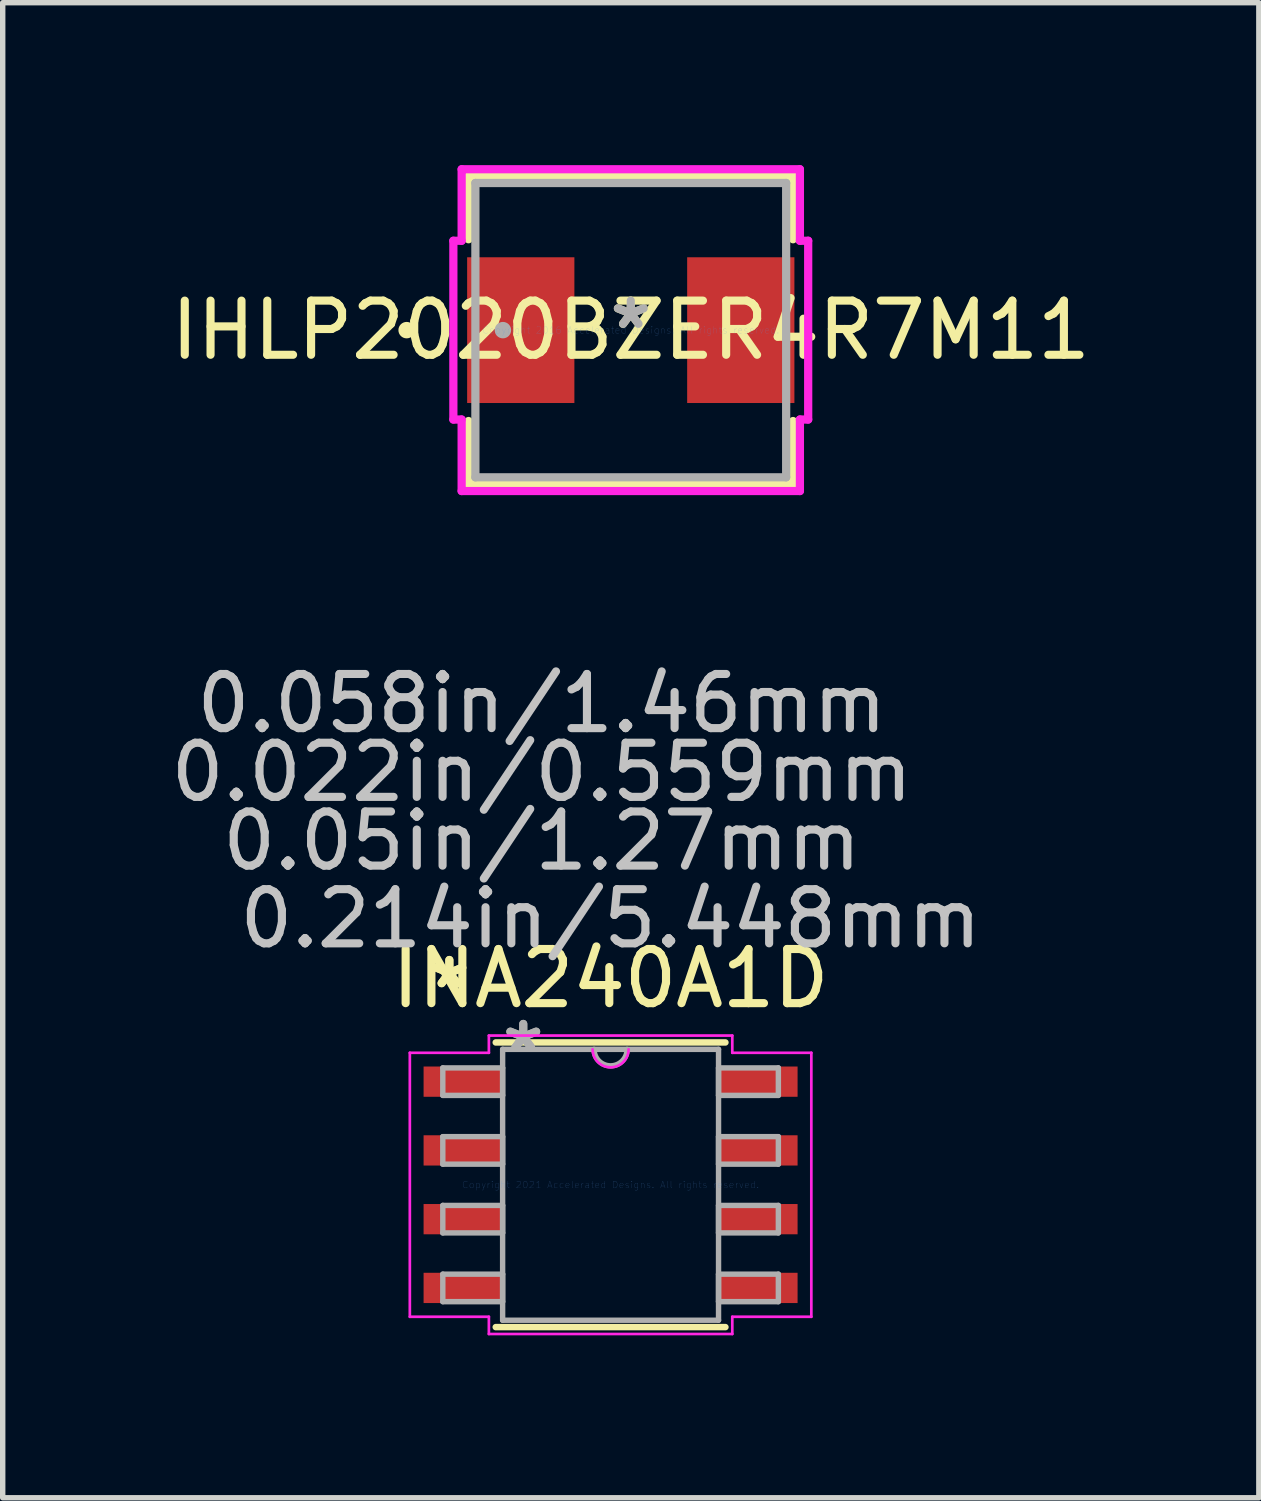
<source format=kicad_pcb>
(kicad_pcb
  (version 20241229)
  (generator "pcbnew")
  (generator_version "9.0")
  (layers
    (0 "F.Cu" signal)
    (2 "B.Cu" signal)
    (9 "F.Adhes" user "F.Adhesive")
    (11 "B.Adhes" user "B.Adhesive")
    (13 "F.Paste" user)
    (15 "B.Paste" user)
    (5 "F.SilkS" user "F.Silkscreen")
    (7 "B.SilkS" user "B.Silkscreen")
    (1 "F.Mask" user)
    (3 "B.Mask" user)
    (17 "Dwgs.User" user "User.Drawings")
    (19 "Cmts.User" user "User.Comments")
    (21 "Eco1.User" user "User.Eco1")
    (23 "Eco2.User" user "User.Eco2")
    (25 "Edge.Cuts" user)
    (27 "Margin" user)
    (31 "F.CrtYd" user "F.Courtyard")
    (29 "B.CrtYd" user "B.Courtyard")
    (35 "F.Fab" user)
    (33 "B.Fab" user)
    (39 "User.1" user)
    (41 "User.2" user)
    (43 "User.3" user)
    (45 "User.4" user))
  (footprint "IHLP2020BZER4R7M11"
    (layer "F.Cu")
    (at 8.601 3.048)
    (property "Reference" "IHLP2020BZER4R7M11" (at 0 0 0) (layer "F.SilkS") (effects (font (size 1 1) (thickness 0.15))))
    (attr through_hole)
    (fp_line (start -2.997 -2.845) (end -2.997 -1.679) (stroke (width 0.152) (type solid)) (layer "F.SilkS"))
    (fp_line (start -2.997 1.679) (end -2.997 2.845) (stroke (width 0.152) (type solid)) (layer "F.SilkS"))
    (fp_line (start -2.997 2.845) (end 2.997 2.845) (stroke (width 0.152) (type solid)) (layer "F.SilkS"))
    (fp_line (start 2.997 -2.845) (end -2.997 -2.845) (stroke (width 0.152) (type solid)) (layer "F.SilkS"))
    (fp_line (start 2.997 -1.679) (end 2.997 -2.845) (stroke (width 0.152) (type solid)) (layer "F.SilkS"))
    (fp_line (start 2.997 2.845) (end 2.997 1.679) (stroke (width 0.152) (type solid)) (layer "F.SilkS"))
    (fp_circle (center -4.14 0) (end -4.064 0) (stroke (width 0.152) (type solid)) (fill no) (layer "F.SilkS"))
    (fp_line (start -3.277 -1.651) (end -3.124 -1.651) (stroke (width 0.152) (type solid)) (layer "F.CrtYd"))
    (fp_line (start -3.277 1.651) (end -3.277 -1.651) (stroke (width 0.152) (type solid)) (layer "F.CrtYd"))
    (fp_line (start -3.124 -2.972) (end 3.124 -2.972) (stroke (width 0.152) (type solid)) (layer "F.CrtYd"))
    (fp_line (start -3.124 -1.651) (end -3.124 -2.972) (stroke (width 0.152) (type solid)) (layer "F.CrtYd"))
    (fp_line (start -3.124 1.651) (end -3.277 1.651) (stroke (width 0.152) (type solid)) (layer "F.CrtYd"))
    (fp_line (start -3.124 2.972) (end -3.124 1.651) (stroke (width 0.152) (type solid)) (layer "F.CrtYd"))
    (fp_line (start 3.124 -2.972) (end 3.124 -1.651) (stroke (width 0.152) (type solid)) (layer "F.CrtYd"))
    (fp_line (start 3.124 -1.651) (end 3.277 -1.651) (stroke (width 0.152) (type solid)) (layer "F.CrtYd"))
    (fp_line (start 3.124 1.651) (end 3.124 2.972) (stroke (width 0.152) (type solid)) (layer "F.CrtYd"))
    (fp_line (start 3.124 2.972) (end -3.124 2.972) (stroke (width 0.152) (type solid)) (layer "F.CrtYd"))
    (fp_line (start 3.277 -1.651) (end 3.277 1.651) (stroke (width 0.152) (type solid)) (layer "F.CrtYd"))
    (fp_line (start 3.277 1.651) (end 3.124 1.651) (stroke (width 0.152) (type solid)) (layer "F.CrtYd"))
    (fp_line (start -2.87 -2.718) (end -2.87 2.718) (stroke (width 0.152) (type solid)) (layer "F.Fab"))
    (fp_line (start -2.87 2.718) (end 2.87 2.718) (stroke (width 0.152) (type solid)) (layer "F.Fab"))
    (fp_line (start 2.87 -2.718) (end -2.87 -2.718) (stroke (width 0.152) (type solid)) (layer "F.Fab"))
    (fp_line (start 2.87 2.718) (end 2.87 -2.718) (stroke (width 0.152) (type solid)) (layer "F.Fab"))
    (fp_circle (center -2.362 0) (end -2.286 0) (stroke (width 0.152) (type solid)) (fill no) (layer "F.Fab"))
    (fp_text user "*" (at 0 0 0) (layer "F.SilkS") (effects (font (size 1 1) (thickness 0.15))))
    (fp_text user "Copyright 2016 Accelerated Designs. All rights reserved." (at 0 0 0) (layer "Cmts.User") (effects (font (size 0.127 0.127) (thickness 0.002))))
    (fp_text user "*" (at 0 0 0) (layer "F.Fab") (effects (font (size 1 1) (thickness 0.15))))
    (pad "1" smd rect (at -2.032 0 90) (size 2.692 1.981) (layers "F.Cu" "F.Mask" "F.Paste"))
    (pad "2" smd rect (at 2.032 0 90) (size 2.692 1.981) (layers "F.Cu" "F.Mask" "F.Paste")))
  (footprint "INA240A1D"
    (layer "F.Cu")
    (at 8.228 18.834)
    (property "Reference" "INA240A1D" (at 0 -3.81 0) (layer "F.SilkS") (effects (font (size 1 1) (thickness 0.15))))
    (attr through_hole)
    (fp_line (start -2.121 2.629) (end 2.121 2.629) (stroke (width 0.12) (type solid)) (layer "F.SilkS"))
    (fp_line (start 2.121 -2.629) (end -2.121 -2.629) (stroke (width 0.12) (type solid)) (layer "F.SilkS"))
    (fp_line (start -3.708 -2.438) (end -2.248 -2.438) (stroke (width 0.05) (type solid)) (layer "F.CrtYd"))
    (fp_line (start -3.708 2.438) (end -3.708 -2.438) (stroke (width 0.05) (type solid)) (layer "F.CrtYd"))
    (fp_line (start -2.248 -2.756) (end 2.248 -2.756) (stroke (width 0.05) (type solid)) (layer "F.CrtYd"))
    (fp_line (start -2.248 -2.438) (end -2.248 -2.756) (stroke (width 0.05) (type solid)) (layer "F.CrtYd"))
    (fp_line (start -2.248 2.438) (end -3.708 2.438) (stroke (width 0.05) (type solid)) (layer "F.CrtYd"))
    (fp_line (start -2.248 2.756) (end -2.248 2.438) (stroke (width 0.05) (type solid)) (layer "F.CrtYd"))
    (fp_line (start 2.248 -2.756) (end 2.248 -2.438) (stroke (width 0.05) (type solid)) (layer "F.CrtYd"))
    (fp_line (start 2.248 -2.438) (end 3.708 -2.438) (stroke (width 0.05) (type solid)) (layer "F.CrtYd"))
    (fp_line (start 2.248 2.438) (end 2.248 2.756) (stroke (width 0.05) (type solid)) (layer "F.CrtYd"))
    (fp_line (start 2.248 2.756) (end -2.248 2.756) (stroke (width 0.05) (type solid)) (layer "F.CrtYd"))
    (fp_line (start 3.708 -2.438) (end 3.708 2.438) (stroke (width 0.05) (type solid)) (layer "F.CrtYd"))
    (fp_line (start 3.708 2.438) (end 2.248 2.438) (stroke (width 0.05) (type solid)) (layer "F.CrtYd"))
    (fp_arc (start 0.332317 -2.5019) (mid 0 -2.169583) (end -0.332317 -2.5019) (stroke (width 0.05) (type solid)) (layer "F.CrtYd"))
    (fp_line (start -3.099 -2.159) (end -3.099 -1.651) (stroke (width 0.1) (type solid)) (layer "F.Fab"))
    (fp_line (start -3.099 -1.651) (end -1.994 -1.651) (stroke (width 0.1) (type solid)) (layer "F.Fab"))
    (fp_line (start -3.099 -0.889) (end -3.099 -0.381) (stroke (width 0.1) (type solid)) (layer "F.Fab"))
    (fp_line (start -3.099 -0.381) (end -1.994 -0.381) (stroke (width 0.1) (type solid)) (layer "F.Fab"))
    (fp_line (start -3.099 0.381) (end -3.099 0.889) (stroke (width 0.1) (type solid)) (layer "F.Fab"))
    (fp_line (start -3.099 0.889) (end -1.994 0.889) (stroke (width 0.1) (type solid)) (layer "F.Fab"))
    (fp_line (start -3.099 1.651) (end -3.099 2.159) (stroke (width 0.1) (type solid)) (layer "F.Fab"))
    (fp_line (start -3.099 2.159) (end -1.994 2.159) (stroke (width 0.1) (type solid)) (layer "F.Fab"))
    (fp_line (start -1.994 -2.502) (end -1.994 2.502) (stroke (width 0.1) (type solid)) (layer "F.Fab"))
    (fp_line (start -1.994 -2.159) (end -3.099 -2.159) (stroke (width 0.1) (type solid)) (layer "F.Fab"))
    (fp_line (start -1.994 -1.651) (end -1.994 -2.159) (stroke (width 0.1) (type solid)) (layer "F.Fab"))
    (fp_line (start -1.994 -0.889) (end -3.099 -0.889) (stroke (width 0.1) (type solid)) (layer "F.Fab"))
    (fp_line (start -1.994 -0.381) (end -1.994 -0.889) (stroke (width 0.1) (type solid)) (layer "F.Fab"))
    (fp_line (start -1.994 0.381) (end -3.099 0.381) (stroke (width 0.1) (type solid)) (layer "F.Fab"))
    (fp_line (start -1.994 0.889) (end -1.994 0.381) (stroke (width 0.1) (type solid)) (layer "F.Fab"))
    (fp_line (start -1.994 1.651) (end -3.099 1.651) (stroke (width 0.1) (type solid)) (layer "F.Fab"))
    (fp_line (start -1.994 2.159) (end -1.994 1.651) (stroke (width 0.1) (type solid)) (layer "F.Fab"))
    (fp_line (start -1.994 2.502) (end 1.994 2.502) (stroke (width 0.1) (type solid)) (layer "F.Fab"))
    (fp_line (start 1.994 -2.502) (end -1.994 -2.502) (stroke (width 0.1) (type solid)) (layer "F.Fab"))
    (fp_line (start 1.994 -2.159) (end 1.994 -1.651) (stroke (width 0.1) (type solid)) (layer "F.Fab"))
    (fp_line (start 1.994 -1.651) (end 3.099 -1.651) (stroke (width 0.1) (type solid)) (layer "F.Fab"))
    (fp_line (start 1.994 -0.889) (end 1.994 -0.381) (stroke (width 0.1) (type solid)) (layer "F.Fab"))
    (fp_line (start 1.994 -0.381) (end 3.099 -0.381) (stroke (width 0.1) (type solid)) (layer "F.Fab"))
    (fp_line (start 1.994 0.381) (end 1.994 0.889) (stroke (width 0.1) (type solid)) (layer "F.Fab"))
    (fp_line (start 1.994 0.889) (end 3.099 0.889) (stroke (width 0.1) (type solid)) (layer "F.Fab"))
    (fp_line (start 1.994 1.651) (end 1.994 2.159) (stroke (width 0.1) (type solid)) (layer "F.Fab"))
    (fp_line (start 1.994 2.159) (end 3.099 2.159) (stroke (width 0.1) (type solid)) (layer "F.Fab"))
    (fp_line (start 1.994 2.502) (end 1.994 -2.502) (stroke (width 0.1) (type solid)) (layer "F.Fab"))
    (fp_line (start 3.099 -2.159) (end 1.994 -2.159) (stroke (width 0.1) (type solid)) (layer "F.Fab"))
    (fp_line (start 3.099 -1.651) (end 3.099 -2.159) (stroke (width 0.1) (type solid)) (layer "F.Fab"))
    (fp_line (start 3.099 -0.889) (end 1.994 -0.889) (stroke (width 0.1) (type solid)) (layer "F.Fab"))
    (fp_line (start 3.099 -0.381) (end 3.099 -0.889) (stroke (width 0.1) (type solid)) (layer "F.Fab"))
    (fp_line (start 3.099 0.381) (end 1.994 0.381) (stroke (width 0.1) (type solid)) (layer "F.Fab"))
    (fp_line (start 3.099 0.889) (end 3.099 0.381) (stroke (width 0.1) (type solid)) (layer "F.Fab"))
    (fp_line (start 3.099 1.651) (end 1.994 1.651) (stroke (width 0.1) (type solid)) (layer "F.Fab"))
    (fp_line (start 3.099 2.159) (end 3.099 1.651) (stroke (width 0.1) (type solid)) (layer "F.Fab"))
    (fp_arc (start 0.3048 -2.5019) (mid 0 -2.1971) (end -0.3048 -2.5019) (stroke (width 0.1) (type solid)) (layer "F.Fab"))
    (fp_text user "*" (at -2.978 -3.607 0) (layer "F.SilkS") (effects (font (size 1 1) (thickness 0.15))))
    (fp_text user "*" (at -2.978 -3.607 0) (layer "F.SilkS") (effects (font (size 1 1) (thickness 0.15))))
    (fp_text user "0.05in/1.27mm" (at -1.27 -6.35 0) (layer "Dwgs.User") (effects (font (size 1 1) (thickness 0.15))))
    (fp_text user "0.214in/5.448mm" (at 0 -4.915 0) (layer "Dwgs.User") (effects (font (size 1 1) (thickness 0.15))))
    (fp_text user "0.022in/0.559mm" (at -1.27 -7.62 0) (layer "Dwgs.User") (effects (font (size 1 1) (thickness 0.15))))
    (fp_text user "0.058in/1.46mm" (at -1.27 -8.89 0) (layer "Dwgs.User") (effects (font (size 1 1) (thickness 0.15))))
    (fp_text user "Copyright 2021 Accelerated Designs. All rights reserved." (at 0 0 0) (layer "Cmts.User") (effects (font (size 0.127 0.127) (thickness 0.002))))
    (fp_text user "*" (at -1.613 -2.426 0) (layer "F.Fab") (effects (font (size 1 1) (thickness 0.15))))
    (fp_text user "*" (at -1.613 -2.426 0) (layer "F.Fab") (effects (font (size 1 1) (thickness 0.15))))
    (pad "1" smd rect (at -2.724 -1.905) (size 1.46 0.559) (layers "F.Cu" "F.Mask" "F.Paste"))
    (pad "2" smd rect (at -2.724 -0.635) (size 1.46 0.559) (layers "F.Cu" "F.Mask" "F.Paste"))
    (pad "3" smd rect (at -2.724 0.635) (size 1.46 0.559) (layers "F.Cu" "F.Mask" "F.Paste"))
    (pad "4" smd rect (at -2.724 1.905) (size 1.46 0.559) (layers "F.Cu" "F.Mask" "F.Paste"))
    (pad "5" smd rect (at 2.724 1.905) (size 1.46 0.559) (layers "F.Cu" "F.Mask" "F.Paste"))
    (pad "6" smd rect (at 2.724 0.635) (size 1.46 0.559) (layers "F.Cu" "F.Mask" "F.Paste"))
    (pad "7" smd rect (at 2.724 -0.635) (size 1.46 0.559) (layers "F.Cu" "F.Mask" "F.Paste"))
    (pad "8" smd rect (at 2.724 -1.905) (size 1.46 0.559) (layers "F.Cu" "F.Mask" "F.Paste")))
  (gr_rect
    (start -3 -3)
    (end 20.202 24.615)
    (stroke (width 0.1) (type default))
    (fill no)
    (layer "Edge.Cuts")))
</source>
